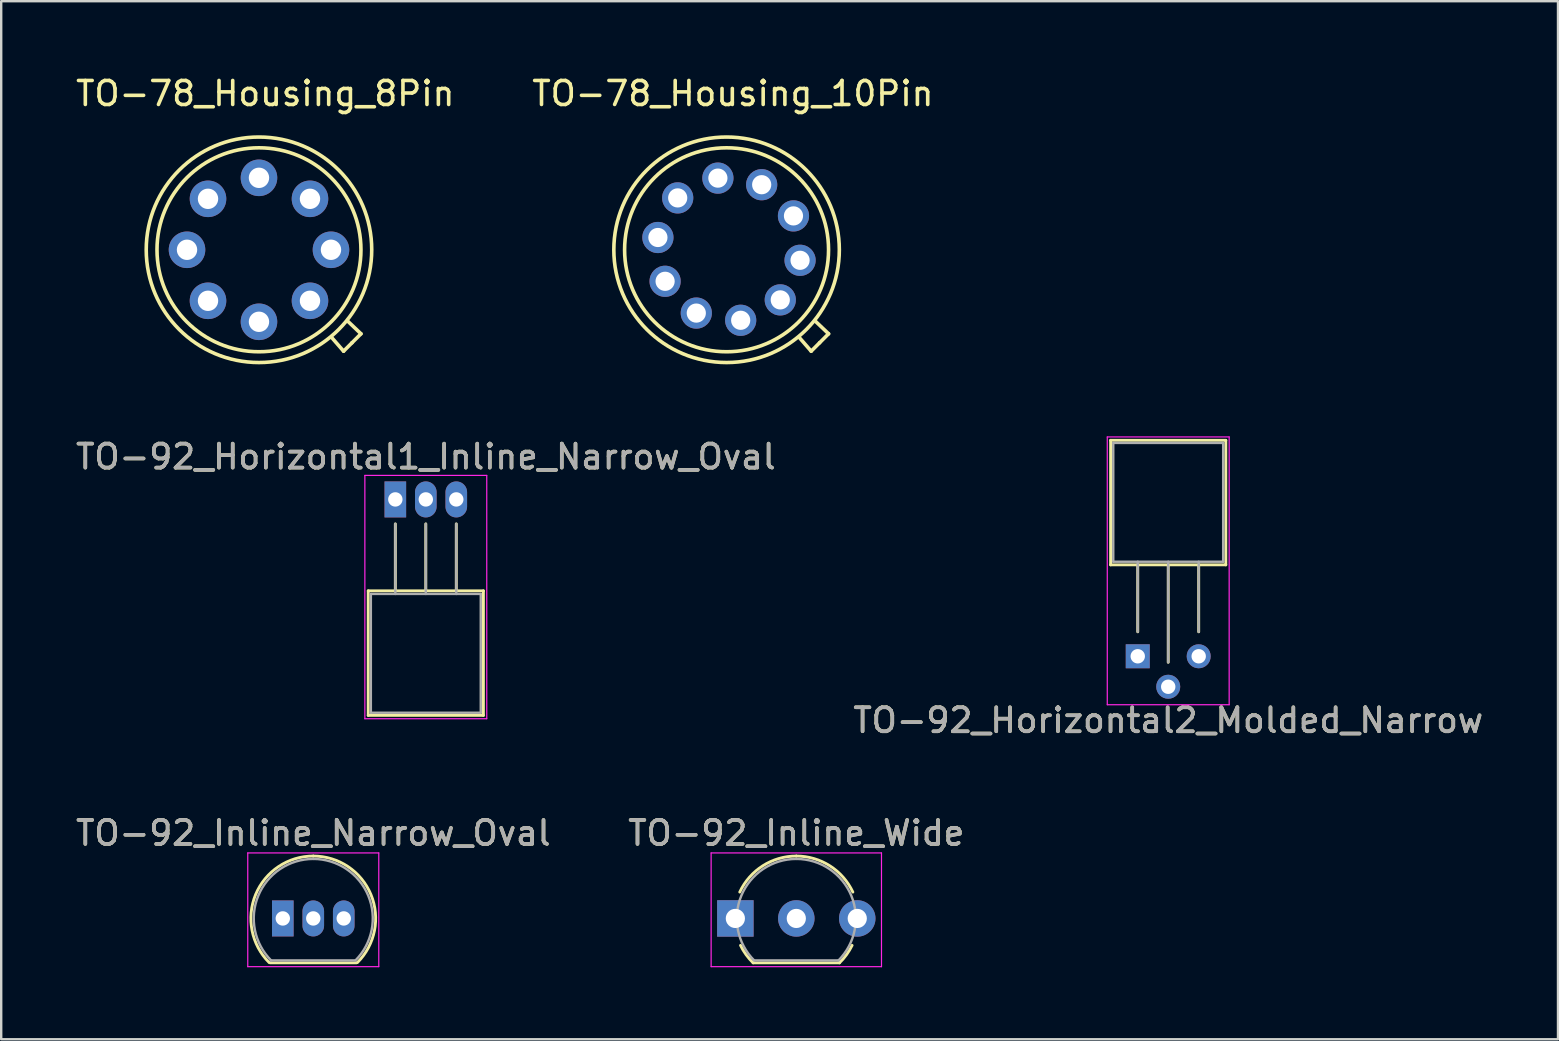
<source format=kicad_pcb>
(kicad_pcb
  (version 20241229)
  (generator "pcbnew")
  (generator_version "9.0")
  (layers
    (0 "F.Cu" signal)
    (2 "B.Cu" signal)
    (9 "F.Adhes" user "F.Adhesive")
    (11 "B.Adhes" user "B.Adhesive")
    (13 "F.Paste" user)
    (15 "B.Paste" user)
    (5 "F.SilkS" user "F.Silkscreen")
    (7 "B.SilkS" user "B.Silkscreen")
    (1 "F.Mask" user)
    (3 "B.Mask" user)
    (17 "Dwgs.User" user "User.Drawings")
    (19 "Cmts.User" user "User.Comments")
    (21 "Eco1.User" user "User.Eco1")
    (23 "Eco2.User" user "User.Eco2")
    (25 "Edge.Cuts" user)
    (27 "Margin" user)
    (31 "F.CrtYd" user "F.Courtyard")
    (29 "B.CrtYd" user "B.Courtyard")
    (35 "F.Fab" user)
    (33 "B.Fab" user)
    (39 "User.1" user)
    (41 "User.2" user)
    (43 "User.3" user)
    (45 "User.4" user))
  (footprint "TO-78_Housing_8Pin"
    (layer "F.Cu")
    (at 7.856 7.323)
    (property "Reference" "TO-78_Housing_8Pin" (at 0.15 -6.475 0) (layer "F.SilkS") (effects (font (size 1 1) (thickness 0.15))))
    (attr through_hole)
    (fp_line (start 3.413 4.263) (end 2.913 3.688) (stroke (width 0.15) (type solid)) (layer "F.SilkS"))
    (fp_line (start 3.763 3.913) (end 3.413 4.263) (stroke (width 0.15) (type solid)) (layer "F.SilkS"))
    (fp_line (start 3.763 3.913) (end 4.138 3.538) (stroke (width 0.15) (type solid)) (layer "F.SilkS"))
    (fp_line (start 4.138 3.538) (end 3.587 3.013) (stroke (width 0.15) (type solid)) (layer "F.SilkS"))
    (fp_circle (center -0.113 0.037) (end -0.113 -4.662) (stroke (width 0.15) (type solid)) (fill no) (layer "F.SilkS"))
    (fp_circle (center -0.113 0.037) (end -0.113 -4.213) (stroke (width 0.15) (type solid)) (fill no) (layer "F.SilkS"))
    (pad "1" thru_hole circle (at -0.113 3.038 90) (size 1.524 1.524) (drill 0.85) (layers "*.Cu" "*.Mask"))
    (pad "1" thru_hole circle (at 2.888 0.037 90) (size 1.524 1.524) (drill 0.85) (layers "*.Cu" "*.Mask"))
    (pad "2" thru_hole circle (at -2.237 2.163 90) (size 1.524 1.524) (drill 0.85) (layers "*.Cu" "*.Mask"))
    (pad "2" thru_hole circle (at 2.013 -2.087 90) (size 1.524 1.524) (drill 0.85) (layers "*.Cu" "*.Mask"))
    (pad "3" thru_hole circle (at -3.112 0.037 90) (size 1.524 1.524) (drill 0.85) (layers "*.Cu" "*.Mask"))
    (pad "4" thru_hole circle (at -2.237 -2.087 90) (size 1.524 1.524) (drill 0.85) (layers "*.Cu" "*.Mask"))
    (pad "5" thru_hole circle (at -0.113 -2.962 90) (size 1.524 1.524) (drill 0.85) (layers "*.Cu" "*.Mask"))
    (pad "8" thru_hole circle (at 2.013 2.163 90) (size 1.524 1.524) (drill 0.85) (layers "*.Cu" "*.Mask")))
  (footprint "TO-92_Horizontal1_Inline_Narrow_Oval"
    (layer "F.Cu")
    (at 13.426 17.764)
    (property "Reference" "TO-92_Horizontal1_Inline_Narrow_Oval" (at 1.27 -1.78 180) (layer "F.SilkS") (effects (font (size 1 1) (thickness 0.15))))
    (attr through_hole)
    (fp_line (start -1.13 3.81) (end 3.67 3.81) (stroke (width 0.12) (type solid)) (layer "F.SilkS"))
    (fp_line (start -1.13 9) (end -1.13 3.81) (stroke (width 0.12) (type solid)) (layer "F.SilkS"))
    (fp_line (start 0 1.02) (end 0 3.81) (stroke (width 0.12) (type solid)) (layer "F.SilkS"))
    (fp_line (start 1.27 1.02) (end 1.27 3.81) (stroke (width 0.12) (type solid)) (layer "F.SilkS"))
    (fp_line (start 2.54 1.02) (end 2.54 3.81) (stroke (width 0.12) (type solid)) (layer "F.SilkS"))
    (fp_line (start 3.67 3.81) (end 3.67 9) (stroke (width 0.12) (type solid)) (layer "F.SilkS"))
    (fp_line (start 3.67 9) (end -1.13 9) (stroke (width 0.12) (type solid)) (layer "F.SilkS"))
    (fp_line (start -1.27 -1) (end -1.27 9.14) (stroke (width 0.05) (type solid)) (layer "F.CrtYd"))
    (fp_line (start -1.27 -1) (end 3.81 -1) (stroke (width 0.05) (type solid)) (layer "F.CrtYd"))
    (fp_line (start 3.81 9.14) (end -1.27 9.14) (stroke (width 0.05) (type solid)) (layer "F.CrtYd"))
    (fp_line (start 3.81 9.14) (end 3.81 -1) (stroke (width 0.05) (type solid)) (layer "F.CrtYd"))
    (fp_line (start -1.02 3.94) (end 3.56 3.94) (stroke (width 0.1) (type solid)) (layer "F.Fab"))
    (fp_line (start -1.02 8.89) (end -1.02 3.94) (stroke (width 0.1) (type solid)) (layer "F.Fab"))
    (fp_line (start 0 3.94) (end 0 1.02) (stroke (width 0.1) (type solid)) (layer "F.Fab"))
    (fp_line (start 1.27 3.94) (end 1.27 1.02) (stroke (width 0.1) (type solid)) (layer "F.Fab"))
    (fp_line (start 2.54 3.94) (end 2.54 1.02) (stroke (width 0.1) (type solid)) (layer "F.Fab"))
    (fp_line (start 3.56 3.94) (end 3.56 8.89) (stroke (width 0.1) (type solid)) (layer "F.Fab"))
    (fp_line (start 3.56 8.89) (end -1.02 8.89) (stroke (width 0.1) (type solid)) (layer "F.Fab"))
    (fp_text user "${REFERENCE}" (at 1.27 -1.78 180) (layer "F.Fab") (effects (font (size 1 1) (thickness 0.15))))
    (pad "1" thru_hole rect (at 0 0 180) (size 0.9 1.5) (drill 0.6) (layers "*.Cu" "*.Mask"))
    (pad "2" thru_hole oval (at 1.27 0 180) (size 0.9 1.5) (drill 0.6) (layers "*.Cu" "*.Mask"))
    (pad "3" thru_hole oval (at 2.54 0 180) (size 0.9 1.5) (drill 0.6) (layers "*.Cu" "*.Mask")))
  (footprint "TO-92_Horizontal2_Molded_Narrow"
    (layer "F.Cu")
    (at 44.367 24.301)
    (property "Reference" "TO-92_Horizontal2_Molded_Narrow" (at 1.27 2.67 180) (layer "F.SilkS") (effects (font (size 1 1) (thickness 0.15))))
    (attr through_hole)
    (fp_line (start -1.13 -9) (end -1.13 -3.81) (stroke (width 0.12) (type solid)) (layer "F.SilkS"))
    (fp_line (start -1.13 -3.81) (end 3.67 -3.81) (stroke (width 0.12) (type solid)) (layer "F.SilkS"))
    (fp_line (start 0 -1.02) (end 0 -3.81) (stroke (width 0.12) (type solid)) (layer "F.SilkS"))
    (fp_line (start 1.27 0.25) (end 1.27 -3.81) (stroke (width 0.12) (type solid)) (layer "F.SilkS"))
    (fp_line (start 2.54 -1.02) (end 2.54 -3.81) (stroke (width 0.12) (type solid)) (layer "F.SilkS"))
    (fp_line (start 3.67 -9) (end -1.13 -9) (stroke (width 0.12) (type solid)) (layer "F.SilkS"))
    (fp_line (start 3.67 -3.81) (end 3.67 -9) (stroke (width 0.12) (type solid)) (layer "F.SilkS"))
    (fp_line (start -1.27 -9.14) (end -1.27 2.02) (stroke (width 0.05) (type solid)) (layer "F.CrtYd"))
    (fp_line (start -1.27 -9.14) (end 3.81 -9.14) (stroke (width 0.05) (type solid)) (layer "F.CrtYd"))
    (fp_line (start 3.81 2.02) (end -1.27 2.02) (stroke (width 0.05) (type solid)) (layer "F.CrtYd"))
    (fp_line (start 3.81 2.02) (end 3.81 -9.14) (stroke (width 0.05) (type solid)) (layer "F.CrtYd"))
    (fp_line (start -1.02 -8.89) (end -1.02 -3.94) (stroke (width 0.1) (type solid)) (layer "F.Fab"))
    (fp_line (start -1.02 -3.94) (end 3.56 -3.94) (stroke (width 0.1) (type solid)) (layer "F.Fab"))
    (fp_line (start 0 -3.94) (end 0 -1.02) (stroke (width 0.1) (type solid)) (layer "F.Fab"))
    (fp_line (start 1.27 -3.94) (end 1.27 0.25) (stroke (width 0.1) (type solid)) (layer "F.Fab"))
    (fp_line (start 2.54 -3.94) (end 2.54 -1.02) (stroke (width 0.1) (type solid)) (layer "F.Fab"))
    (fp_line (start 3.56 -8.89) (end -1.02 -8.89) (stroke (width 0.1) (type solid)) (layer "F.Fab"))
    (fp_line (start 3.56 -3.94) (end 3.56 -8.89) (stroke (width 0.1) (type solid)) (layer "F.Fab"))
    (fp_text user "${REFERENCE}" (at 1.27 2.67 180) (layer "F.Fab") (effects (font (size 1 1) (thickness 0.15))))
    (pad "1" thru_hole rect (at 0 0 270) (size 1 1) (drill 0.6) (layers "*.Cu" "*.Mask"))
    (pad "2" thru_hole circle (at 1.27 1.27 270) (size 1 1) (drill 0.6) (layers "*.Cu" "*.Mask"))
    (pad "3" thru_hole circle (at 2.54 0 270) (size 1 1) (drill 0.6) (layers "*.Cu" "*.Mask")))
  (footprint "TO-92_Inline_Narrow_Oval"
    (layer "F.Cu")
    (at 8.736 35.227)
    (property "Reference" "TO-92_Inline_Narrow_Oval" (at 1.27 -3.56 0) (layer "F.SilkS") (effects (font (size 1 1) (thickness 0.15))))
    (attr through_hole)
    (fp_line (start -0.53 1.85) (end 3.07 1.85) (stroke (width 0.12) (type solid)) (layer "F.SilkS"))
    (fp_arc (start -0.568478 1.838478) (mid -1.132087 -0.994977) (end 1.27 -2.6) (stroke (width 0.12) (type solid)) (layer "F.SilkS"))
    (fp_arc (start 1.27 -2.6) (mid 3.672087 -0.994977) (end 3.108478 1.838478) (stroke (width 0.12) (type solid)) (layer "F.SilkS"))
    (fp_line (start -1.46 -2.73) (end -1.46 2.01) (stroke (width 0.05) (type solid)) (layer "F.CrtYd"))
    (fp_line (start -1.46 -2.73) (end 4 -2.73) (stroke (width 0.05) (type solid)) (layer "F.CrtYd"))
    (fp_line (start 4 2.01) (end -1.46 2.01) (stroke (width 0.05) (type solid)) (layer "F.CrtYd"))
    (fp_line (start 4 2.01) (end 4 -2.73) (stroke (width 0.05) (type solid)) (layer "F.CrtYd"))
    (fp_line (start -0.5 1.75) (end 3 1.75) (stroke (width 0.1) (type solid)) (layer "F.Fab"))
    (fp_arc (start -0.483625 1.753625) (mid -1.021221 -0.949055) (end 1.27 -2.48) (stroke (width 0.1) (type solid)) (layer "F.Fab"))
    (fp_arc (start 1.27 -2.48) (mid 3.561221 -0.949055) (end 3.023625 1.753625) (stroke (width 0.1) (type solid)) (layer "F.Fab"))
    (fp_text user "${REFERENCE}" (at 1.27 -3.56 0) (layer "F.Fab") (effects (font (size 1 1) (thickness 0.15))))
    (pad "1" thru_hole rect (at 0 0 180) (size 0.9 1.5) (drill 0.6) (layers "*.Cu" "*.Mask"))
    (pad "2" thru_hole oval (at 1.27 0 180) (size 0.9 1.5) (drill 0.6) (layers "*.Cu" "*.Mask"))
    (pad "3" thru_hole oval (at 2.54 0 180) (size 0.9 1.5) (drill 0.6) (layers "*.Cu" "*.Mask")))
  (footprint "TO-78_Housing_10Pin"
    (layer "F.Cu")
    (at 27.344 7.323)
    (property "Reference" "TO-78_Housing_10Pin" (at 0.15 -6.475 0) (layer "F.SilkS") (effects (font (size 1 1) (thickness 0.15))))
    (attr through_hole)
    (fp_line (start 3.413 4.263) (end 2.913 3.688) (stroke (width 0.15) (type solid)) (layer "F.SilkS"))
    (fp_line (start 3.763 3.913) (end 3.413 4.263) (stroke (width 0.15) (type solid)) (layer "F.SilkS"))
    (fp_line (start 3.763 3.913) (end 4.138 3.538) (stroke (width 0.15) (type solid)) (layer "F.SilkS"))
    (fp_line (start 4.138 3.538) (end 3.587 3.013) (stroke (width 0.15) (type solid)) (layer "F.SilkS"))
    (fp_circle (center -0.113 0.037) (end -0.113 -4.662) (stroke (width 0.15) (type solid)) (fill no) (layer "F.SilkS"))
    (fp_circle (center -0.113 0.037) (end -0.113 -4.213) (stroke (width 0.15) (type solid)) (fill no) (layer "F.SilkS"))
    (pad "1" thru_hole circle (at 2.95 0.475) (size 1.3 1.3) (drill 0.8) (layers "*.Cu" "*.Mask"))
    (pad "2" thru_hole circle (at 2.675 -1.375) (size 1.3 1.3) (drill 0.8) (layers "*.Cu" "*.Mask"))
    (pad "3" thru_hole circle (at 1.35 -2.675) (size 1.3 1.3) (drill 0.8) (layers "*.Cu" "*.Mask"))
    (pad "4" thru_hole circle (at -0.475 -2.95) (size 1.3 1.3) (drill 0.8) (layers "*.Cu" "*.Mask"))
    (pad "5" thru_hole circle (at -2.15 -2.125) (size 1.3 1.3) (drill 0.8) (layers "*.Cu" "*.Mask"))
    (pad "6" thru_hole circle (at -2.975 -0.475) (size 1.3 1.3) (drill 0.8) (layers "*.Cu" "*.Mask"))
    (pad "7" thru_hole circle (at -2.675 1.35) (size 1.3 1.3) (drill 0.8) (layers "*.Cu" "*.Mask"))
    (pad "8" thru_hole circle (at -1.375 2.675) (size 1.3 1.3) (drill 0.8) (layers "*.Cu" "*.Mask"))
    (pad "9" thru_hole circle (at 0.475 2.975) (size 1.3 1.3) (drill 0.8) (layers "*.Cu" "*.Mask"))
    (pad "10" thru_hole circle (at 2.125 2.125) (size 1.3 1.3) (drill 0.8) (layers "*.Cu" "*.Mask")))
  (footprint "TO-92_Inline_Wide"
    (layer "F.Cu")
    (at 27.597 35.227)
    (property "Reference" "TO-92_Inline_Wide" (at 2.54 -3.56 180) (layer "F.SilkS") (effects (font (size 1 1) (thickness 0.15))))
    (attr through_hole)
    (fp_line (start 0.74 1.85) (end 4.34 1.85) (stroke (width 0.12) (type solid)) (layer "F.SilkS"))
    (fp_arc (start 0.1836 -1.098807) (mid 1.143021 -2.192817) (end 2.54 -2.6) (stroke (width 0.12) (type solid)) (layer "F.SilkS"))
    (fp_arc (start 0.74 1.85) (mid 0.446097 1.509328) (end 0.215816 1.122795) (stroke (width 0.12) (type solid)) (layer "F.SilkS"))
    (fp_arc (start 2.54 -2.6) (mid 3.936979 -2.192818) (end 4.8964 -1.098807) (stroke (width 0.12) (type solid)) (layer "F.SilkS"))
    (fp_arc (start 4.864184 1.122795) (mid 4.633903 1.509328) (end 4.34 1.85) (stroke (width 0.12) (type solid)) (layer "F.SilkS"))
    (fp_line (start -1.01 -2.73) (end -1.01 2.01) (stroke (width 0.05) (type solid)) (layer "F.CrtYd"))
    (fp_line (start -1.01 -2.73) (end 6.09 -2.73) (stroke (width 0.05) (type solid)) (layer "F.CrtYd"))
    (fp_line (start 6.09 2.01) (end -1.01 2.01) (stroke (width 0.05) (type solid)) (layer "F.CrtYd"))
    (fp_line (start 6.09 2.01) (end 6.09 -2.73) (stroke (width 0.05) (type solid)) (layer "F.CrtYd"))
    (fp_line (start 0.8 1.75) (end 4.3 1.75) (stroke (width 0.1) (type solid)) (layer "F.Fab"))
    (fp_arc (start 0.786375 1.753625) (mid 0.248779 -0.949055) (end 2.54 -2.48) (stroke (width 0.1) (type solid)) (layer "F.Fab"))
    (fp_arc (start 2.54 -2.48) (mid 4.831221 -0.949055) (end 4.293625 1.753625) (stroke (width 0.1) (type solid)) (layer "F.Fab"))
    (fp_text user "${REFERENCE}" (at 2.54 -3.56 180) (layer "F.Fab") (effects (font (size 1 1) (thickness 0.15))))
    (pad "1" thru_hole rect (at 0 0 90) (size 1.52 1.52) (drill 0.8) (layers "*.Cu" "*.Mask"))
    (pad "2" thru_hole circle (at 2.54 0 90) (size 1.52 1.52) (drill 0.8) (layers "*.Cu" "*.Mask"))
    (pad "3" thru_hole circle (at 5.08 0 90) (size 1.52 1.52) (drill 0.8) (layers "*.Cu" "*.Mask")))
  (gr_rect
    (start -3 -3)
    (end 61.881 40.262)
    (stroke (width 0.1) (type default))
    (fill no)
    (layer "Edge.Cuts")))
</source>
